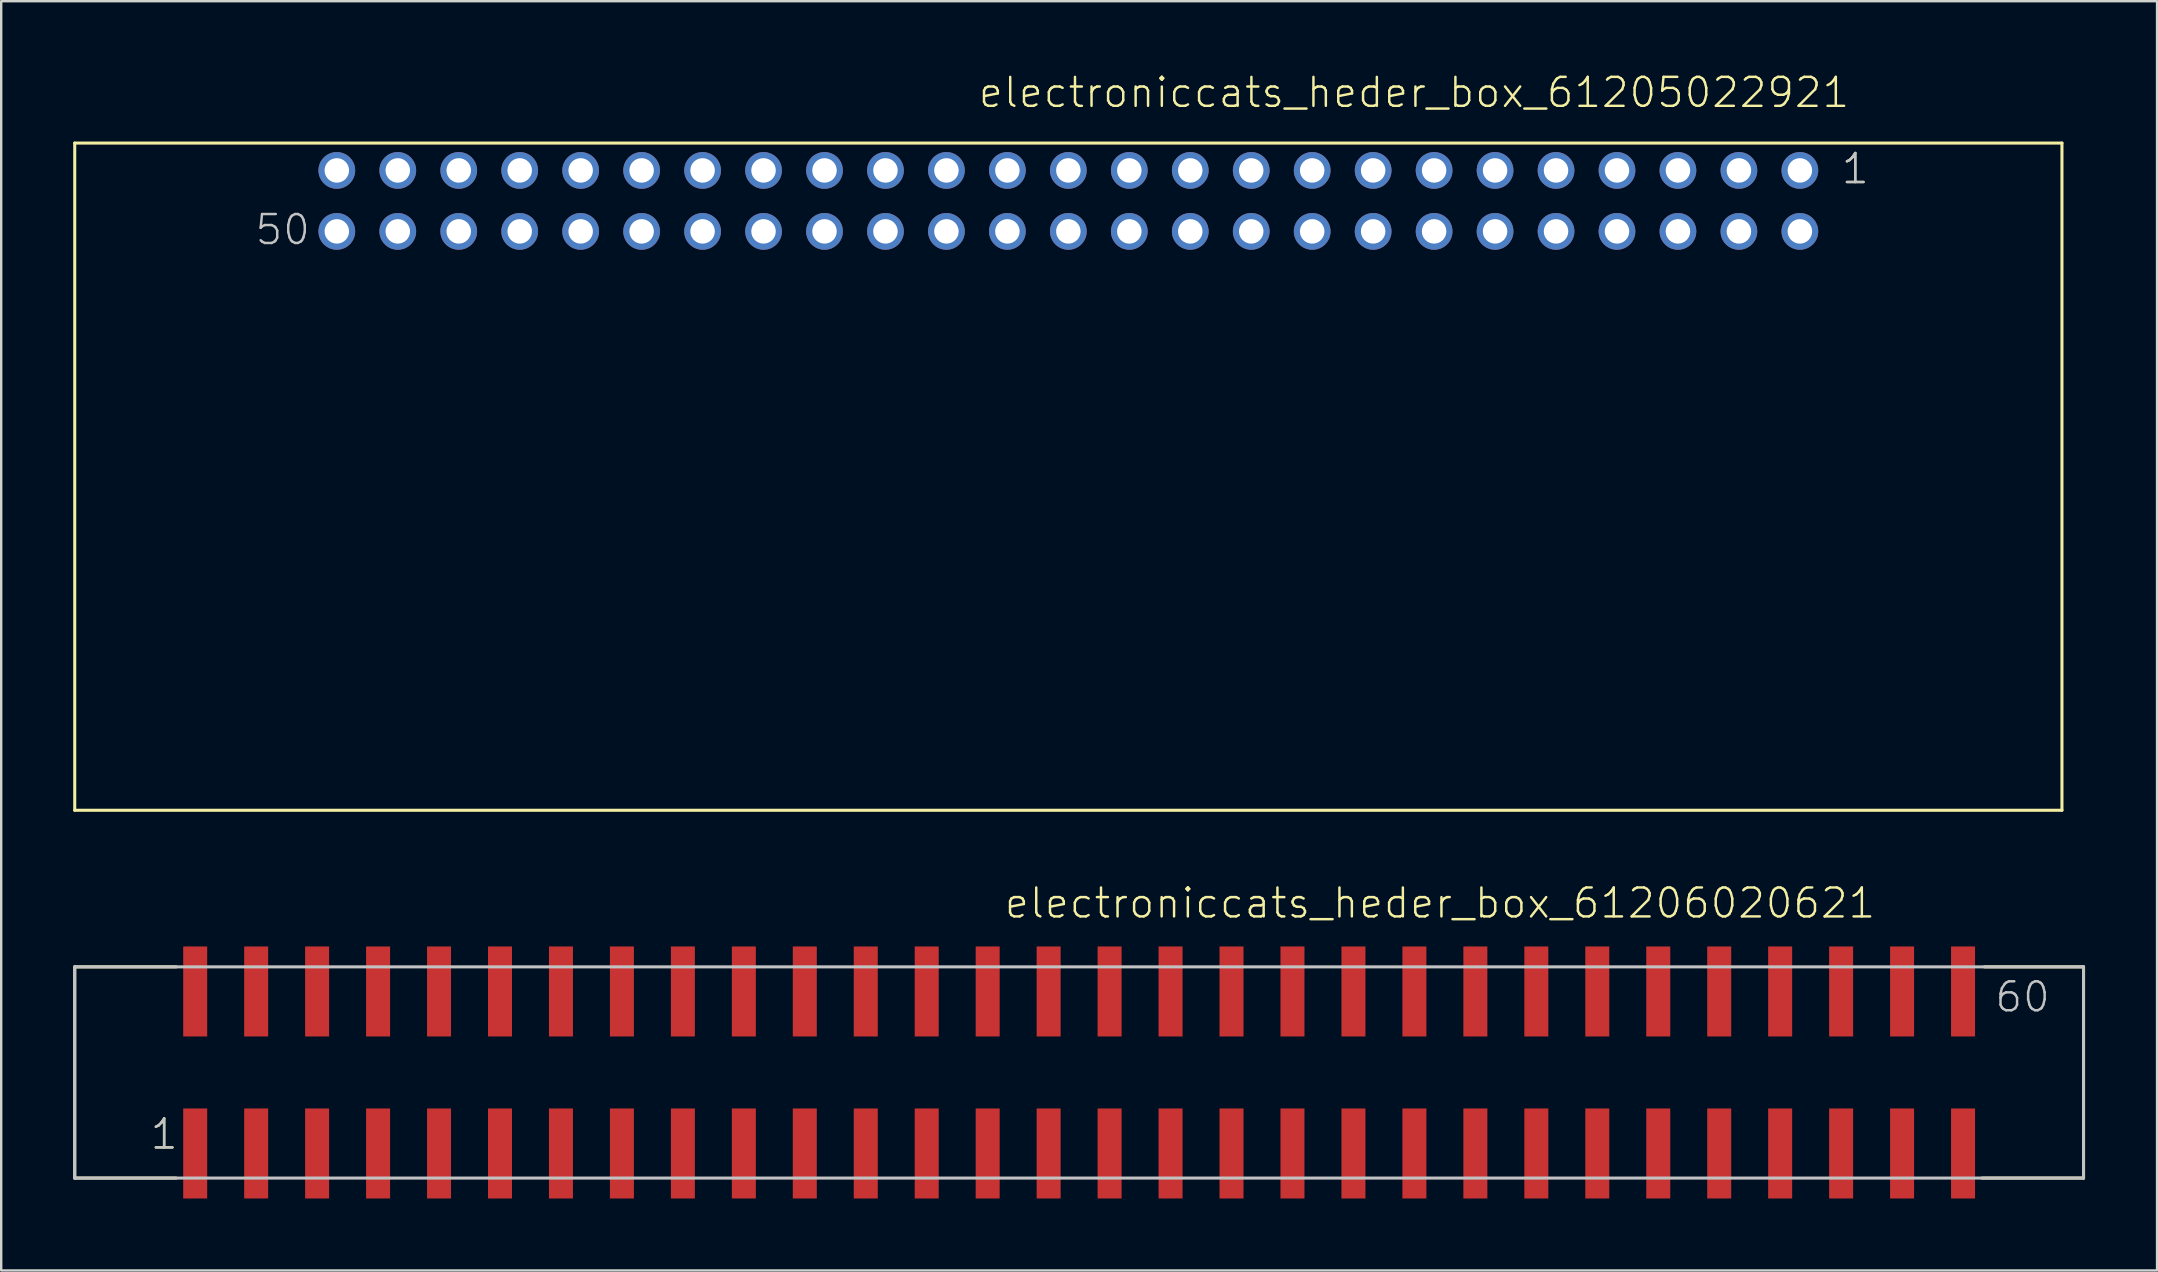
<source format=kicad_pcb>
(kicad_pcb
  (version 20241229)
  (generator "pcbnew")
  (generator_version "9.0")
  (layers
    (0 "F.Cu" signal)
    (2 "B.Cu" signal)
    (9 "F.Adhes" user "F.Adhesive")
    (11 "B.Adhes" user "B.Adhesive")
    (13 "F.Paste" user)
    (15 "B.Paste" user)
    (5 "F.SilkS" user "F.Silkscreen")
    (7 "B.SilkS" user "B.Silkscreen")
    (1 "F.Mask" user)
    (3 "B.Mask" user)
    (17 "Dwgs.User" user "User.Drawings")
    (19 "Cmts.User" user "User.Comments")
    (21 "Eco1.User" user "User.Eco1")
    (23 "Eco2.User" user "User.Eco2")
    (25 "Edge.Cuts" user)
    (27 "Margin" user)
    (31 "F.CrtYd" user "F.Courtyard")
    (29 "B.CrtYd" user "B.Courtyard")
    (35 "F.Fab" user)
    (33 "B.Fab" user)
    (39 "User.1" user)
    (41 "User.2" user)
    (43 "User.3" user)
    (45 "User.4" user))
  (footprint "electroniccats_heder_box_61206020621"
    (layer "F.Cu")
    (at 41.913 41.636)
    (property "Reference" "electroniccats_heder_box_61206020621" (at -3.175 -6.35 0) (layer "F.SilkS") (effects (font (size 1.206 1.206) (thickness 0.102)) (justify left bottom)))
    (attr through_hole)
    (fp_line (start -41.85 -4.4) (end -41.85 4.4) (stroke (width 0.127) (type solid)) (layer "F.SilkS"))
    (fp_line (start -41.85 4.4) (end -37.62 4.4) (stroke (width 0.127) (type solid)) (layer "F.SilkS"))
    (fp_line (start -37.62 -4.4) (end -41.85 -4.4) (stroke (width 0.127) (type solid)) (layer "F.SilkS"))
    (fp_line (start 37.72 -4.4) (end 41.85 -4.4) (stroke (width 0.127) (type solid)) (layer "F.SilkS"))
    (fp_line (start 41.85 -4.4) (end 41.85 4.4) (stroke (width 0.127) (type solid)) (layer "F.SilkS"))
    (fp_line (start 41.85 4.4) (end 37.62 4.4) (stroke (width 0.127) (type solid)) (layer "F.SilkS"))
    (fp_line (start -41.85 -4.4) (end -41.85 4.4) (stroke (width 0.127) (type solid)) (layer "Dwgs.User"))
    (fp_line (start -41.85 4.4) (end 41.85 4.4) (stroke (width 0.127) (type solid)) (layer "Dwgs.User"))
    (fp_line (start 41.85 -4.4) (end -41.85 -4.4) (stroke (width 0.127) (type solid)) (layer "Dwgs.User"))
    (fp_line (start 41.85 4.4) (end 41.85 -4.4) (stroke (width 0.127) (type solid)) (layer "Dwgs.User"))
    (fp_text user "1" (at -38.765 3.275 0) (layer "F.SilkS") (effects (font (size 1.206 1.206) (thickness 0.102)) (justify left bottom)))
    (fp_text user "1" (at -38.765 3.275 0) (layer "Dwgs.User") (effects (font (size 1.206 1.206) (thickness 0.102)) (justify left bottom)))
    (fp_text user "60" (at 38.095 -2.44 0) (layer "Dwgs.User") (effects (font (size 1.206 1.206) (thickness 0.102)) (justify left bottom)))
    (pad "1" smd rect (at -36.83 3.375 180) (size 1 3.75) (layers "F.Cu" "F.Mask" "F.Paste"))
    (pad "2" smd rect (at -36.83 -3.375 180) (size 1 3.75) (layers "F.Cu" "F.Mask" "F.Paste"))
    (pad "3" smd rect (at -34.29 3.375 180) (size 1 3.75) (layers "F.Cu" "F.Mask" "F.Paste"))
    (pad "4" smd rect (at -34.29 -3.375 180) (size 1 3.75) (layers "F.Cu" "F.Mask" "F.Paste"))
    (pad "5" smd rect (at -31.75 3.375 180) (size 1 3.75) (layers "F.Cu" "F.Mask" "F.Paste"))
    (pad "6" smd rect (at -31.75 -3.375 180) (size 1 3.75) (layers "F.Cu" "F.Mask" "F.Paste"))
    (pad "7" smd rect (at -29.21 3.375 180) (size 1 3.75) (layers "F.Cu" "F.Mask" "F.Paste"))
    (pad "8" smd rect (at -29.21 -3.375 180) (size 1 3.75) (layers "F.Cu" "F.Mask" "F.Paste"))
    (pad "9" smd rect (at -26.67 3.375 180) (size 1 3.75) (layers "F.Cu" "F.Mask" "F.Paste"))
    (pad "10" smd rect (at -26.67 -3.375 180) (size 1 3.75) (layers "F.Cu" "F.Mask" "F.Paste"))
    (pad "11" smd rect (at -24.13 3.375 180) (size 1 3.75) (layers "F.Cu" "F.Mask" "F.Paste"))
    (pad "12" smd rect (at -24.13 -3.375 180) (size 1 3.75) (layers "F.Cu" "F.Mask" "F.Paste"))
    (pad "13" smd rect (at -21.59 3.375 180) (size 1 3.75) (layers "F.Cu" "F.Mask" "F.Paste"))
    (pad "14" smd rect (at -21.59 -3.375 180) (size 1 3.75) (layers "F.Cu" "F.Mask" "F.Paste"))
    (pad "15" smd rect (at -19.05 3.375 180) (size 1 3.75) (layers "F.Cu" "F.Mask" "F.Paste"))
    (pad "16" smd rect (at -19.05 -3.375 180) (size 1 3.75) (layers "F.Cu" "F.Mask" "F.Paste"))
    (pad "17" smd rect (at -16.51 3.375 180) (size 1 3.75) (layers "F.Cu" "F.Mask" "F.Paste"))
    (pad "18" smd rect (at -16.51 -3.375 180) (size 1 3.75) (layers "F.Cu" "F.Mask" "F.Paste"))
    (pad "19" smd rect (at -13.97 3.375 180) (size 1 3.75) (layers "F.Cu" "F.Mask" "F.Paste"))
    (pad "20" smd rect (at -13.97 -3.375 180) (size 1 3.75) (layers "F.Cu" "F.Mask" "F.Paste"))
    (pad "21" smd rect (at -11.43 3.375 180) (size 1 3.75) (layers "F.Cu" "F.Mask" "F.Paste"))
    (pad "22" smd rect (at -11.43 -3.375 180) (size 1 3.75) (layers "F.Cu" "F.Mask" "F.Paste"))
    (pad "23" smd rect (at -8.89 3.375 180) (size 1 3.75) (layers "F.Cu" "F.Mask" "F.Paste"))
    (pad "24" smd rect (at -8.89 -3.375 180) (size 1 3.75) (layers "F.Cu" "F.Mask" "F.Paste"))
    (pad "25" smd rect (at -6.35 3.375 180) (size 1 3.75) (layers "F.Cu" "F.Mask" "F.Paste"))
    (pad "26" smd rect (at -6.35 -3.375 180) (size 1 3.75) (layers "F.Cu" "F.Mask" "F.Paste"))
    (pad "27" smd rect (at -3.81 3.375 180) (size 1 3.75) (layers "F.Cu" "F.Mask" "F.Paste"))
    (pad "28" smd rect (at -3.81 -3.375 180) (size 1 3.75) (layers "F.Cu" "F.Mask" "F.Paste"))
    (pad "29" smd rect (at -1.27 3.375 180) (size 1 3.75) (layers "F.Cu" "F.Mask" "F.Paste"))
    (pad "30" smd rect (at -1.27 -3.375 180) (size 1 3.75) (layers "F.Cu" "F.Mask" "F.Paste"))
    (pad "31" smd rect (at 1.27 3.375 180) (size 1 3.75) (layers "F.Cu" "F.Mask" "F.Paste"))
    (pad "32" smd rect (at 1.27 -3.375 180) (size 1 3.75) (layers "F.Cu" "F.Mask" "F.Paste"))
    (pad "33" smd rect (at 3.81 3.375 180) (size 1 3.75) (layers "F.Cu" "F.Mask" "F.Paste"))
    (pad "34" smd rect (at 3.81 -3.375 180) (size 1 3.75) (layers "F.Cu" "F.Mask" "F.Paste"))
    (pad "35" smd rect (at 6.35 3.375 180) (size 1 3.75) (layers "F.Cu" "F.Mask" "F.Paste"))
    (pad "36" smd rect (at 6.35 -3.375 180) (size 1 3.75) (layers "F.Cu" "F.Mask" "F.Paste"))
    (pad "37" smd rect (at 8.89 3.375 180) (size 1 3.75) (layers "F.Cu" "F.Mask" "F.Paste"))
    (pad "38" smd rect (at 8.89 -3.375 180) (size 1 3.75) (layers "F.Cu" "F.Mask" "F.Paste"))
    (pad "39" smd rect (at 11.43 3.375 180) (size 1 3.75) (layers "F.Cu" "F.Mask" "F.Paste"))
    (pad "40" smd rect (at 11.43 -3.375 180) (size 1 3.75) (layers "F.Cu" "F.Mask" "F.Paste"))
    (pad "41" smd rect (at 13.97 3.375 180) (size 1 3.75) (layers "F.Cu" "F.Mask" "F.Paste"))
    (pad "42" smd rect (at 13.97 -3.375 180) (size 1 3.75) (layers "F.Cu" "F.Mask" "F.Paste"))
    (pad "43" smd rect (at 16.51 3.375 180) (size 1 3.75) (layers "F.Cu" "F.Mask" "F.Paste"))
    (pad "44" smd rect (at 16.51 -3.375 180) (size 1 3.75) (layers "F.Cu" "F.Mask" "F.Paste"))
    (pad "45" smd rect (at 19.05 3.375 180) (size 1 3.75) (layers "F.Cu" "F.Mask" "F.Paste"))
    (pad "46" smd rect (at 19.05 -3.375 180) (size 1 3.75) (layers "F.Cu" "F.Mask" "F.Paste"))
    (pad "47" smd rect (at 21.59 3.375 180) (size 1 3.75) (layers "F.Cu" "F.Mask" "F.Paste"))
    (pad "48" smd rect (at 21.59 -3.375 180) (size 1 3.75) (layers "F.Cu" "F.Mask" "F.Paste"))
    (pad "49" smd rect (at 24.13 3.375 180) (size 1 3.75) (layers "F.Cu" "F.Mask" "F.Paste"))
    (pad "50" smd rect (at 24.13 -3.375 180) (size 1 3.75) (layers "F.Cu" "F.Mask" "F.Paste"))
    (pad "51" smd rect (at 26.67 3.375 180) (size 1 3.75) (layers "F.Cu" "F.Mask" "F.Paste"))
    (pad "52" smd rect (at 26.67 -3.375 180) (size 1 3.75) (layers "F.Cu" "F.Mask" "F.Paste"))
    (pad "53" smd rect (at 29.21 3.375 180) (size 1 3.75) (layers "F.Cu" "F.Mask" "F.Paste"))
    (pad "54" smd rect (at 29.21 -3.375 180) (size 1 3.75) (layers "F.Cu" "F.Mask" "F.Paste"))
    (pad "55" smd rect (at 31.75 3.375 180) (size 1 3.75) (layers "F.Cu" "F.Mask" "F.Paste"))
    (pad "56" smd rect (at 31.75 -3.375 180) (size 1 3.75) (layers "F.Cu" "F.Mask" "F.Paste"))
    (pad "57" smd rect (at 34.29 3.375 180) (size 1 3.75) (layers "F.Cu" "F.Mask" "F.Paste"))
    (pad "58" smd rect (at 34.29 -3.375 180) (size 1 3.75) (layers "F.Cu" "F.Mask" "F.Paste"))
    (pad "59" smd rect (at 36.83 3.375 180) (size 1 3.75) (layers "F.Cu" "F.Mask" "F.Paste"))
    (pad "60" smd rect (at 36.83 -3.375 180) (size 1 3.75) (layers "F.Cu" "F.Mask" "F.Paste")))
  (footprint "electroniccats_heder_box_61205022921"
    (layer "F.Cu")
    (at 41.464 5.321)
    (property "Reference" "electroniccats_heder_box_61205022921" (at -3.81 -3.81 0) (layer "F.SilkS") (effects (font (size 1.206 1.206) (thickness 0.102)) (justify left bottom)))
    (attr through_hole)
    (fp_line (start -41.4 -2.41) (end -41.4 25.39) (stroke (width 0.127) (type solid)) (layer "F.SilkS"))
    (fp_line (start -41.4 -2.41) (end 41.4 -2.41) (stroke (width 0.127) (type solid)) (layer "F.SilkS"))
    (fp_line (start -41.4 25.39) (end 41.4 25.39) (stroke (width 0.127) (type solid)) (layer "F.SilkS"))
    (fp_line (start 41.4 -2.41) (end 41.4 25.39) (stroke (width 0.127) (type solid)) (layer "F.SilkS"))
    (fp_text user "1" (at 32.145 -0.635 0) (layer "F.SilkS") (effects (font (size 1.206 1.206) (thickness 0.102)) (justify left bottom)))
    (fp_text user "1" (at 32.145 -0.635 0) (layer "Dwgs.User") (effects (font (size 1.206 1.206) (thickness 0.102)) (justify left bottom)))
    (fp_text user "50" (at -33.95 1.905 0) (layer "Dwgs.User") (effects (font (size 1.206 1.206) (thickness 0.102)) (justify left bottom)))
    (pad "1" thru_hole circle (at 30.48 -1.27) (size 1.53 1.53) (drill 1.02) (layers "*.Cu" "*.Mask"))
    (pad "2" thru_hole circle (at 30.48 1.27) (size 1.53 1.53) (drill 1.02) (layers "*.Cu" "*.Mask"))
    (pad "3" thru_hole circle (at 27.94 -1.27) (size 1.53 1.53) (drill 1.02) (layers "*.Cu" "*.Mask"))
    (pad "4" thru_hole circle (at 27.94 1.27) (size 1.53 1.53) (drill 1.02) (layers "*.Cu" "*.Mask"))
    (pad "5" thru_hole circle (at 25.4 -1.27) (size 1.53 1.53) (drill 1.02) (layers "*.Cu" "*.Mask"))
    (pad "6" thru_hole circle (at 25.4 1.27) (size 1.53 1.53) (drill 1.02) (layers "*.Cu" "*.Mask"))
    (pad "7" thru_hole circle (at 22.86 -1.27) (size 1.53 1.53) (drill 1.02) (layers "*.Cu" "*.Mask"))
    (pad "8" thru_hole circle (at 22.86 1.27) (size 1.53 1.53) (drill 1.02) (layers "*.Cu" "*.Mask"))
    (pad "9" thru_hole circle (at 20.32 -1.27) (size 1.53 1.53) (drill 1.02) (layers "*.Cu" "*.Mask"))
    (pad "10" thru_hole circle (at 20.32 1.27) (size 1.53 1.53) (drill 1.02) (layers "*.Cu" "*.Mask"))
    (pad "11" thru_hole circle (at 17.78 -1.27) (size 1.53 1.53) (drill 1.02) (layers "*.Cu" "*.Mask"))
    (pad "12" thru_hole circle (at 17.78 1.27) (size 1.53 1.53) (drill 1.02) (layers "*.Cu" "*.Mask"))
    (pad "13" thru_hole circle (at 15.24 -1.27) (size 1.53 1.53) (drill 1.02) (layers "*.Cu" "*.Mask"))
    (pad "14" thru_hole circle (at 15.24 1.27) (size 1.53 1.53) (drill 1.02) (layers "*.Cu" "*.Mask"))
    (pad "15" thru_hole circle (at 12.7 -1.27) (size 1.53 1.53) (drill 1.02) (layers "*.Cu" "*.Mask"))
    (pad "16" thru_hole circle (at 12.7 1.27) (size 1.53 1.53) (drill 1.02) (layers "*.Cu" "*.Mask"))
    (pad "17" thru_hole circle (at 10.16 -1.27) (size 1.53 1.53) (drill 1.02) (layers "*.Cu" "*.Mask"))
    (pad "18" thru_hole circle (at 10.16 1.27) (size 1.53 1.53) (drill 1.02) (layers "*.Cu" "*.Mask"))
    (pad "19" thru_hole circle (at 7.62 -1.27) (size 1.53 1.53) (drill 1.02) (layers "*.Cu" "*.Mask"))
    (pad "20" thru_hole circle (at 7.62 1.27) (size 1.53 1.53) (drill 1.02) (layers "*.Cu" "*.Mask"))
    (pad "21" thru_hole circle (at 5.08 -1.27) (size 1.53 1.53) (drill 1.02) (layers "*.Cu" "*.Mask"))
    (pad "22" thru_hole circle (at 5.08 1.27) (size 1.53 1.53) (drill 1.02) (layers "*.Cu" "*.Mask"))
    (pad "23" thru_hole circle (at 2.54 -1.27) (size 1.53 1.53) (drill 1.02) (layers "*.Cu" "*.Mask"))
    (pad "24" thru_hole circle (at 2.54 1.27) (size 1.53 1.53) (drill 1.02) (layers "*.Cu" "*.Mask"))
    (pad "25" thru_hole circle (at 0 -1.27) (size 1.53 1.53) (drill 1.02) (layers "*.Cu" "*.Mask"))
    (pad "26" thru_hole circle (at 0 1.27) (size 1.53 1.53) (drill 1.02) (layers "*.Cu" "*.Mask"))
    (pad "27" thru_hole circle (at -2.54 -1.27) (size 1.53 1.53) (drill 1.02) (layers "*.Cu" "*.Mask"))
    (pad "28" thru_hole circle (at -2.54 1.27) (size 1.53 1.53) (drill 1.02) (layers "*.Cu" "*.Mask"))
    (pad "29" thru_hole circle (at -5.08 -1.27) (size 1.53 1.53) (drill 1.02) (layers "*.Cu" "*.Mask"))
    (pad "30" thru_hole circle (at -5.08 1.27) (size 1.53 1.53) (drill 1.02) (layers "*.Cu" "*.Mask"))
    (pad "31" thru_hole circle (at -7.62 -1.27) (size 1.53 1.53) (drill 1.02) (layers "*.Cu" "*.Mask"))
    (pad "32" thru_hole circle (at -7.62 1.27) (size 1.53 1.53) (drill 1.02) (layers "*.Cu" "*.Mask"))
    (pad "33" thru_hole circle (at -10.16 -1.27) (size 1.53 1.53) (drill 1.02) (layers "*.Cu" "*.Mask"))
    (pad "34" thru_hole circle (at -10.16 1.27) (size 1.53 1.53) (drill 1.02) (layers "*.Cu" "*.Mask"))
    (pad "35" thru_hole circle (at -12.7 -1.27) (size 1.53 1.53) (drill 1.02) (layers "*.Cu" "*.Mask"))
    (pad "36" thru_hole circle (at -12.7 1.27) (size 1.53 1.53) (drill 1.02) (layers "*.Cu" "*.Mask"))
    (pad "37" thru_hole circle (at -15.24 -1.27) (size 1.53 1.53) (drill 1.02) (layers "*.Cu" "*.Mask"))
    (pad "38" thru_hole circle (at -15.24 1.27) (size 1.53 1.53) (drill 1.02) (layers "*.Cu" "*.Mask"))
    (pad "39" thru_hole circle (at -17.78 -1.27) (size 1.53 1.53) (drill 1.02) (layers "*.Cu" "*.Mask"))
    (pad "40" thru_hole circle (at -17.78 1.27) (size 1.53 1.53) (drill 1.02) (layers "*.Cu" "*.Mask"))
    (pad "41" thru_hole circle (at -20.32 -1.27) (size 1.53 1.53) (drill 1.02) (layers "*.Cu" "*.Mask"))
    (pad "42" thru_hole circle (at -20.32 1.27) (size 1.53 1.53) (drill 1.02) (layers "*.Cu" "*.Mask"))
    (pad "43" thru_hole circle (at -22.86 -1.27) (size 1.53 1.53) (drill 1.02) (layers "*.Cu" "*.Mask"))
    (pad "44" thru_hole circle (at -22.86 1.27) (size 1.53 1.53) (drill 1.02) (layers "*.Cu" "*.Mask"))
    (pad "45" thru_hole circle (at -25.4 -1.27) (size 1.53 1.53) (drill 1.02) (layers "*.Cu" "*.Mask"))
    (pad "46" thru_hole circle (at -25.4 1.27) (size 1.53 1.53) (drill 1.02) (layers "*.Cu" "*.Mask"))
    (pad "47" thru_hole circle (at -27.94 -1.27) (size 1.53 1.53) (drill 1.02) (layers "*.Cu" "*.Mask"))
    (pad "48" thru_hole circle (at -27.94 1.27) (size 1.53 1.53) (drill 1.02) (layers "*.Cu" "*.Mask"))
    (pad "49" thru_hole circle (at -30.48 -1.27) (size 1.53 1.53) (drill 1.02) (layers "*.Cu" "*.Mask"))
    (pad "50" thru_hole circle (at -30.48 1.27) (size 1.53 1.53) (drill 1.02) (layers "*.Cu" "*.Mask")))
  (gr_rect
    (start -3 -3)
    (end 86.827 49.886)
    (stroke (width 0.1) (type default))
    (fill no)
    (layer "Edge.Cuts")))
</source>
